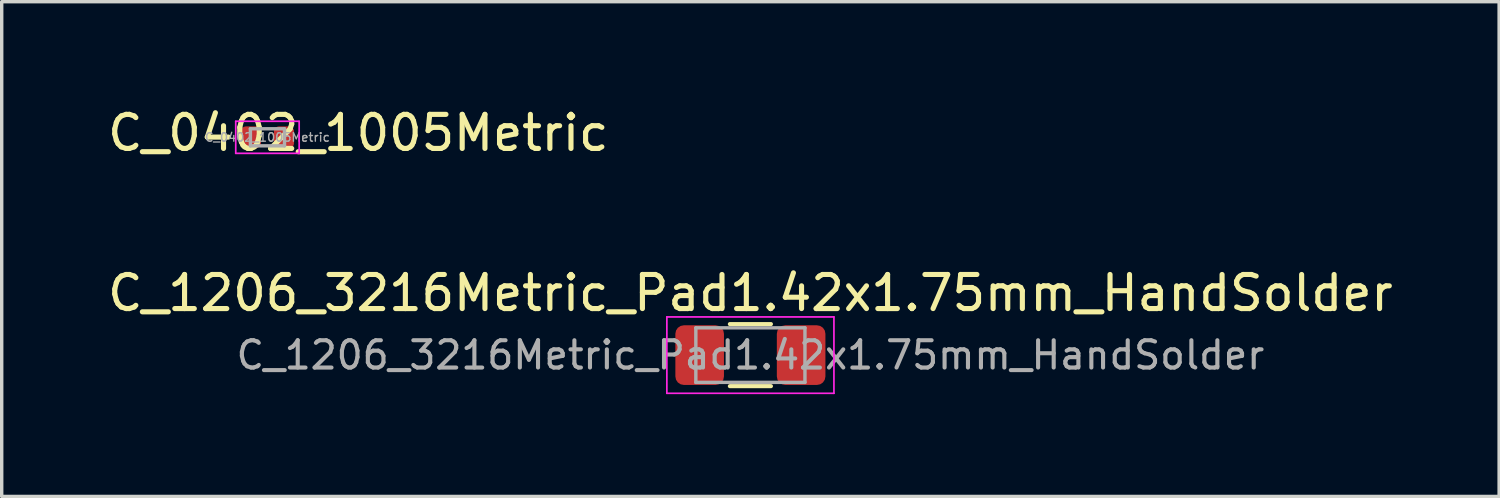
<source format=kicad_pcb>
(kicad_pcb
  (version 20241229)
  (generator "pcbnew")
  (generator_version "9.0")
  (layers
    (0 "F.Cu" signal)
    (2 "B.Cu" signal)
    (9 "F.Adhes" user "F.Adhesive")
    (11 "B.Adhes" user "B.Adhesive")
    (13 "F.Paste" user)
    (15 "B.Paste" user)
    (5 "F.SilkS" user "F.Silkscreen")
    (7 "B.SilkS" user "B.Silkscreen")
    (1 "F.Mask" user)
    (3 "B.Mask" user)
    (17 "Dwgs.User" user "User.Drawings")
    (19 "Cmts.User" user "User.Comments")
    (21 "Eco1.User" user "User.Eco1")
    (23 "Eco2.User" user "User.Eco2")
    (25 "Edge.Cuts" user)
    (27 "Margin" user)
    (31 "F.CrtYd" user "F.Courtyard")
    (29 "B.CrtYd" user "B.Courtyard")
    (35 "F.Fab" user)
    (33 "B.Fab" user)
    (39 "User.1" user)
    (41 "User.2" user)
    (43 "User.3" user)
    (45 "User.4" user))
  (footprint "C_0402_1005Metric"
    (layer "F.Cu")
    (at 4.794 0.977)
    (property "Reference" "C_0402_1005Metric" (at 2.664 -0.128 0) (layer "F.SilkS") (effects (font (size 1 1) (thickness 0.15))))
    (attr smd)
    (fp_line (start -0.93 -0.47) (end 0.93 -0.47) (stroke (width 0.05) (type solid)) (layer "F.CrtYd"))
    (fp_line (start -0.93 0.47) (end -0.93 -0.47) (stroke (width 0.05) (type solid)) (layer "F.CrtYd"))
    (fp_line (start 0.93 -0.47) (end 0.93 0.47) (stroke (width 0.05) (type solid)) (layer "F.CrtYd"))
    (fp_line (start 0.93 0.47) (end -0.93 0.47) (stroke (width 0.05) (type solid)) (layer "F.CrtYd"))
    (fp_line (start -0.5 -0.25) (end 0.5 -0.25) (stroke (width 0.1) (type solid)) (layer "F.Fab"))
    (fp_line (start -0.5 0.25) (end -0.5 -0.25) (stroke (width 0.1) (type solid)) (layer "F.Fab"))
    (fp_line (start 0.5 -0.25) (end 0.5 0.25) (stroke (width 0.1) (type solid)) (layer "F.Fab"))
    (fp_line (start 0.5 0.25) (end -0.5 0.25) (stroke (width 0.1) (type solid)) (layer "F.Fab"))
    (fp_text user "${REFERENCE}" (at 0 0 0) (layer "F.Fab") (effects (font (size 0.25 0.25) (thickness 0.04))))
    (pad "1" smd roundrect (at -0.485 0) (size 0.59 0.64) (layers "F.Cu" "F.Mask" "F.Paste") (roundrect_rratio 0.25))
    (pad "2" smd roundrect (at 0.485 0) (size 0.59 0.64) (layers "F.Cu" "F.Mask" "F.Paste") (roundrect_rratio 0.25)))
  (footprint "C_1206_3216Metric_Pad1.42x1.75mm_HandSolder"
    (layer "F.Cu")
    (at 18.958 7.365)
    (property "Reference" "C_1206_3216Metric_Pad1.42x1.75mm_HandSolder" (at 0 -1.82 0) (layer "F.SilkS") (effects (font (size 1 1) (thickness 0.15))))
    (attr smd)
    (fp_line (start -0.602 -0.91) (end 0.602 -0.91) (stroke (width 0.12) (type solid)) (layer "F.SilkS"))
    (fp_line (start -0.602 0.91) (end 0.602 0.91) (stroke (width 0.12) (type solid)) (layer "F.SilkS"))
    (fp_line (start -2.45 -1.12) (end 2.45 -1.12) (stroke (width 0.05) (type solid)) (layer "F.CrtYd"))
    (fp_line (start -2.45 1.12) (end -2.45 -1.12) (stroke (width 0.05) (type solid)) (layer "F.CrtYd"))
    (fp_line (start 2.45 -1.12) (end 2.45 1.12) (stroke (width 0.05) (type solid)) (layer "F.CrtYd"))
    (fp_line (start 2.45 1.12) (end -2.45 1.12) (stroke (width 0.05) (type solid)) (layer "F.CrtYd"))
    (fp_line (start -1.6 -0.8) (end 1.6 -0.8) (stroke (width 0.1) (type solid)) (layer "F.Fab"))
    (fp_line (start -1.6 0.8) (end -1.6 -0.8) (stroke (width 0.1) (type solid)) (layer "F.Fab"))
    (fp_line (start 1.6 -0.8) (end 1.6 0.8) (stroke (width 0.1) (type solid)) (layer "F.Fab"))
    (fp_line (start 1.6 0.8) (end -1.6 0.8) (stroke (width 0.1) (type solid)) (layer "F.Fab"))
    (fp_text user "${REFERENCE}" (at 0 0 0) (layer "F.Fab") (effects (font (size 0.8 0.8) (thickness 0.12))))
    (pad "1" smd roundrect (at -1.488 0) (size 1.425 1.75) (layers "F.Cu" "F.Mask" "F.Paste") (roundrect_rratio 0.175))
    (pad "2" smd roundrect (at 1.488 0) (size 1.425 1.75) (layers "F.Cu" "F.Mask" "F.Paste") (roundrect_rratio 0.175)))
  (gr_rect
    (start -3 -3)
    (end 40.917 11.51)
    (stroke (width 0.1) (type default))
    (fill no)
    (layer "Edge.Cuts")))
</source>
